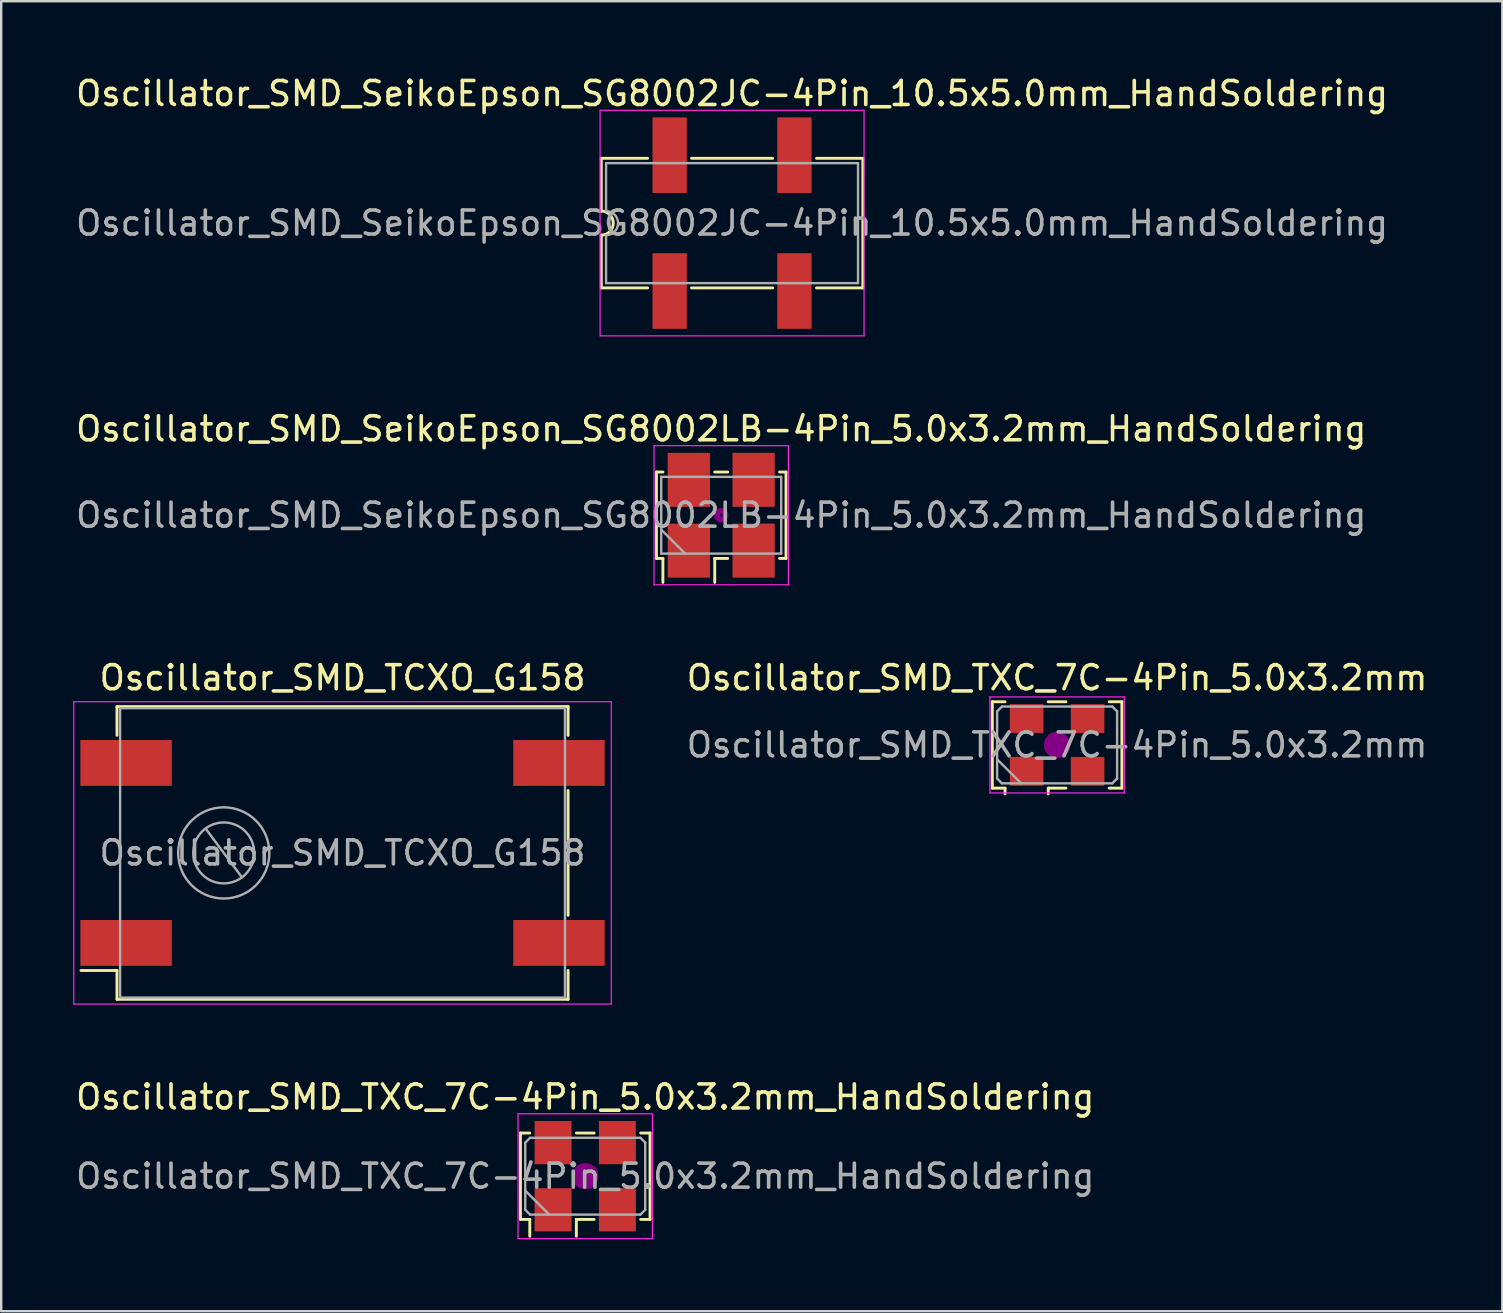
<source format=kicad_pcb>
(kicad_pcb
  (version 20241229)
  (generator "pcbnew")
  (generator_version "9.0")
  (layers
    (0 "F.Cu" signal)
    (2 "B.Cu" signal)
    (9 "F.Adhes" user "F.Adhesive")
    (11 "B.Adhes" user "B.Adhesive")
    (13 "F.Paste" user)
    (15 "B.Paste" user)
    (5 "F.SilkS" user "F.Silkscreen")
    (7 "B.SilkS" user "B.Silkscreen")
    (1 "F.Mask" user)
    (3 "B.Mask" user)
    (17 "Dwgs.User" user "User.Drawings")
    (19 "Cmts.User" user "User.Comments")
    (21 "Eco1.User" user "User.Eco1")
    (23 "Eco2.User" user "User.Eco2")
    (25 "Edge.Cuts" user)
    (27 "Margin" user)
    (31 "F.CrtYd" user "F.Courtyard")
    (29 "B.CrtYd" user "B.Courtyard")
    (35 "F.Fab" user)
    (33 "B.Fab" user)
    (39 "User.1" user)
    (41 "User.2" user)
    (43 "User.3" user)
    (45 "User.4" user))
  (footprint "Oscillator_SMD_TCXO_G158"
    (layer "F.Cu")
    (at 11.225 32.495)
    (property "Reference" "Oscillator_SMD_TCXO_G158" (at 0 -7.3 0) (layer "F.SilkS") (effects (font (size 1 1) (thickness 0.15))))
    (attr smd)
    (fp_line (start -10.9 4.9) (end -9.4 4.9) (stroke (width 0.12) (type solid)) (layer "F.SilkS"))
    (fp_line (start -9.4 -6.1) (end -9.4 -4.9) (stroke (width 0.12) (type solid)) (layer "F.SilkS"))
    (fp_line (start -9.4 4.9) (end -9.4 6.1) (stroke (width 0.12) (type solid)) (layer "F.SilkS"))
    (fp_line (start -9.4 6.1) (end 9.4 6.1) (stroke (width 0.12) (type solid)) (layer "F.SilkS"))
    (fp_line (start 9.4 -6.1) (end -9.4 -6.1) (stroke (width 0.12) (type solid)) (layer "F.SilkS"))
    (fp_line (start 9.4 -4.9) (end 9.4 -6.1) (stroke (width 0.12) (type solid)) (layer "F.SilkS"))
    (fp_line (start 9.4 2.6) (end 9.4 -2.6) (stroke (width 0.12) (type solid)) (layer "F.SilkS"))
    (fp_line (start 9.4 6.1) (end 9.4 4.9) (stroke (width 0.12) (type solid)) (layer "F.SilkS"))
    (fp_line (start -11.2 -6.3) (end -11.2 6.3) (stroke (width 0.05) (type solid)) (layer "F.CrtYd"))
    (fp_line (start -11.2 6.3) (end 11.2 6.3) (stroke (width 0.05) (type solid)) (layer "F.CrtYd"))
    (fp_line (start 11.2 -6.3) (end -11.2 -6.3) (stroke (width 0.05) (type solid)) (layer "F.CrtYd"))
    (fp_line (start 11.2 6.3) (end 11.2 -6.3) (stroke (width 0.05) (type solid)) (layer "F.CrtYd"))
    (fp_line (start -9.27 -6.03) (end 9.27 -6.03) (stroke (width 0.1) (type solid)) (layer "F.Fab"))
    (fp_line (start -9.27 5.97) (end -9.27 -5.97) (stroke (width 0.1) (type solid)) (layer "F.Fab"))
    (fp_line (start -5.71 -1.02) (end -4.19 1.02) (stroke (width 0.1) (type solid)) (layer "F.Fab"))
    (fp_line (start 9.27 -5.97) (end 9.27 5.97) (stroke (width 0.1) (type solid)) (layer "F.Fab"))
    (fp_line (start 9.27 6.03) (end -9.27 6.03) (stroke (width 0.1) (type solid)) (layer "F.Fab"))
    (fp_circle (center -4.95 0) (end -3.68 0) (stroke (width 0.1) (type solid)) (fill no) (layer "F.Fab"))
    (fp_circle (center -4.95 0) (end -3.05 0) (stroke (width 0.1) (type solid)) (fill no) (layer "F.Fab"))
    (fp_text user "${REFERENCE}" (at 0 0 0) (layer "F.Fab") (effects (font (size 1 1) (thickness 0.15))))
    (pad "1" smd rect (at -9.02 3.75) (size 3.81 1.91) (layers "F.Cu" "F.Mask" "F.Paste"))
    (pad "2" smd rect (at 9.02 3.75) (size 3.81 1.91) (layers "F.Cu" "F.Mask" "F.Paste"))
    (pad "3" smd rect (at 9.02 -3.75) (size 3.81 1.91) (layers "F.Cu" "F.Mask" "F.Paste"))
    (pad "4" smd rect (at -9.02 -3.75) (size 3.81 1.91) (layers "F.Cu" "F.Mask" "F.Paste")))
  (footprint "Oscillator_SMD_TXC_7C-4Pin_5.0x3.2mm"
    (layer "F.Cu")
    (at 41.004 27.995)
    (property "Reference" "Oscillator_SMD_TXC_7C-4Pin_5.0x3.2mm" (at 0 -2.8 0) (layer "F.SilkS") (effects (font (size 1 1) (thickness 0.15))))
    (attr smd)
    (fp_line (start -2.7 -1.8) (end -2.17 -1.8) (stroke (width 0.12) (type solid)) (layer "F.SilkS"))
    (fp_line (start -2.7 1.8) (end -2.7 -1.8) (stroke (width 0.12) (type solid)) (layer "F.SilkS"))
    (fp_line (start -2.17 1.8) (end -2.7 1.8) (stroke (width 0.12) (type solid)) (layer "F.SilkS"))
    (fp_line (start -2.17 2.04) (end -2.17 1.8) (stroke (width 0.12) (type solid)) (layer "F.SilkS"))
    (fp_line (start -0.37 -1.8) (end 0.37 -1.8) (stroke (width 0.12) (type solid)) (layer "F.SilkS"))
    (fp_line (start -0.37 1.8) (end -0.37 2.04) (stroke (width 0.12) (type solid)) (layer "F.SilkS"))
    (fp_line (start 0.37 1.8) (end -0.37 1.8) (stroke (width 0.12) (type solid)) (layer "F.SilkS"))
    (fp_line (start 2.17 -1.8) (end 2.7 -1.8) (stroke (width 0.12) (type solid)) (layer "F.SilkS"))
    (fp_line (start 2.7 -1.8) (end 2.7 1.8) (stroke (width 0.12) (type solid)) (layer "F.SilkS"))
    (fp_line (start 2.7 1.8) (end 2.17 1.8) (stroke (width 0.12) (type solid)) (layer "F.SilkS"))
    (fp_circle (center 0 0) (end 0.117 0) (stroke (width 0.233) (type solid)) (fill no) (layer "F.Adhes"))
    (fp_circle (center 0 0) (end 0.267 0) (stroke (width 0.167) (type solid)) (fill no) (layer "F.Adhes"))
    (fp_circle (center 0 0) (end 0.417 0) (stroke (width 0.167) (type solid)) (fill no) (layer "F.Adhes"))
    (fp_circle (center 0 0) (end 0.5 0) (stroke (width 0.1) (type solid)) (fill no) (layer "F.Adhes"))
    (fp_line (start -2.8 -2) (end -2.8 2) (stroke (width 0.05) (type solid)) (layer "F.CrtYd"))
    (fp_line (start -2.8 2) (end 2.8 2) (stroke (width 0.05) (type solid)) (layer "F.CrtYd"))
    (fp_line (start 2.8 -2) (end -2.8 -2) (stroke (width 0.05) (type solid)) (layer "F.CrtYd"))
    (fp_line (start 2.8 2) (end 2.8 -2) (stroke (width 0.05) (type solid)) (layer "F.CrtYd"))
    (fp_line (start -2.5 -1.4) (end -2.3 -1.6) (stroke (width 0.1) (type solid)) (layer "F.Fab"))
    (fp_line (start -2.5 0.6) (end -1.5 1.6) (stroke (width 0.1) (type solid)) (layer "F.Fab"))
    (fp_line (start -2.5 1.4) (end -2.5 -1.4) (stroke (width 0.1) (type solid)) (layer "F.Fab"))
    (fp_line (start -2.3 -1.6) (end 2.3 -1.6) (stroke (width 0.1) (type solid)) (layer "F.Fab"))
    (fp_line (start -2.3 1.6) (end -2.5 1.4) (stroke (width 0.1) (type solid)) (layer "F.Fab"))
    (fp_line (start 2.3 -1.6) (end 2.5 -1.4) (stroke (width 0.1) (type solid)) (layer "F.Fab"))
    (fp_line (start 2.3 1.6) (end -2.3 1.6) (stroke (width 0.1) (type solid)) (layer "F.Fab"))
    (fp_line (start 2.5 -1.4) (end 2.5 1.4) (stroke (width 0.1) (type solid)) (layer "F.Fab"))
    (fp_line (start 2.5 1.4) (end 2.3 1.6) (stroke (width 0.1) (type solid)) (layer "F.Fab"))
    (fp_text user "${REFERENCE}" (at 0 0 0) (layer "F.Fab") (effects (font (size 1 1) (thickness 0.15))))
    (pad "1" smd rect (at -1.27 1.1) (size 1.4 1.2) (layers "F.Cu" "F.Mask" "F.Paste"))
    (pad "2" smd rect (at 1.27 1.1) (size 1.4 1.2) (layers "F.Cu" "F.Mask" "F.Paste"))
    (pad "3" smd rect (at 1.27 -1.1) (size 1.4 1.2) (layers "F.Cu" "F.Mask" "F.Paste"))
    (pad "4" smd rect (at -1.27 -1.1) (size 1.4 1.2) (layers "F.Cu" "F.Mask" "F.Paste")))
  (footprint "Oscillator_SMD_SeikoEpson_SG8002LB-4Pin_5.0x3.2mm_HandSoldering"
    (layer "F.Cu")
    (at 27.006 18.422)
    (property "Reference" "Oscillator_SMD_SeikoEpson_SG8002LB-4Pin_5.0x3.2mm_HandSoldering" (at 0 -3.6 0) (layer "F.SilkS") (effects (font (size 1 1) (thickness 0.15))))
    (attr smd)
    (fp_line (start -2.7 -1.8) (end -2.43 -1.8) (stroke (width 0.12) (type solid)) (layer "F.SilkS"))
    (fp_line (start -2.7 1.8) (end -2.7 -1.8) (stroke (width 0.12) (type solid)) (layer "F.SilkS"))
    (fp_line (start -2.43 1.8) (end -2.7 1.8) (stroke (width 0.12) (type solid)) (layer "F.SilkS"))
    (fp_line (start -2.43 2.8) (end -2.43 1.8) (stroke (width 0.12) (type solid)) (layer "F.SilkS"))
    (fp_line (start -0.27 -1.8) (end 0.27 -1.8) (stroke (width 0.12) (type solid)) (layer "F.SilkS"))
    (fp_line (start -0.27 1.8) (end -0.27 2.8) (stroke (width 0.12) (type solid)) (layer "F.SilkS"))
    (fp_line (start 0.27 1.8) (end -0.27 1.8) (stroke (width 0.12) (type solid)) (layer "F.SilkS"))
    (fp_line (start 2.43 -1.8) (end 2.7 -1.8) (stroke (width 0.12) (type solid)) (layer "F.SilkS"))
    (fp_line (start 2.7 -1.8) (end 2.7 1.8) (stroke (width 0.12) (type solid)) (layer "F.SilkS"))
    (fp_line (start 2.7 1.8) (end 2.43 1.8) (stroke (width 0.12) (type solid)) (layer "F.SilkS"))
    (fp_circle (center 0 0) (end 0.058 0) (stroke (width 0.117) (type solid)) (fill no) (layer "F.Adhes"))
    (fp_circle (center 0 0) (end 0.133 0) (stroke (width 0.083) (type solid)) (fill no) (layer "F.Adhes"))
    (fp_circle (center 0 0) (end 0.208 0) (stroke (width 0.083) (type solid)) (fill no) (layer "F.Adhes"))
    (fp_circle (center 0 0) (end 0.25 0) (stroke (width 0.1) (type solid)) (fill no) (layer "F.Adhes"))
    (fp_line (start -2.8 -2.9) (end -2.8 2.9) (stroke (width 0.05) (type solid)) (layer "F.CrtYd"))
    (fp_line (start -2.8 2.9) (end 2.8 2.9) (stroke (width 0.05) (type solid)) (layer "F.CrtYd"))
    (fp_line (start 2.8 -2.9) (end -2.8 -2.9) (stroke (width 0.05) (type solid)) (layer "F.CrtYd"))
    (fp_line (start 2.8 2.9) (end 2.8 -2.9) (stroke (width 0.05) (type solid)) (layer "F.CrtYd"))
    (fp_line (start -2.5 -1.6) (end -2.5 1.6) (stroke (width 0.1) (type solid)) (layer "F.Fab"))
    (fp_line (start -2.5 0.6) (end -1.5 1.6) (stroke (width 0.1) (type solid)) (layer "F.Fab"))
    (fp_line (start -2.5 1.6) (end 2.5 1.6) (stroke (width 0.1) (type solid)) (layer "F.Fab"))
    (fp_line (start 2.5 -1.6) (end -2.5 -1.6) (stroke (width 0.1) (type solid)) (layer "F.Fab"))
    (fp_line (start 2.5 1.6) (end 2.5 -1.6) (stroke (width 0.1) (type solid)) (layer "F.Fab"))
    (fp_text user "${REFERENCE}" (at 0 0 0) (layer "F.Fab") (effects (font (size 1 1) (thickness 0.15))))
    (pad "1" smd rect (at -1.35 1.475) (size 1.76 2.25) (layers "F.Cu" "F.Mask" "F.Paste"))
    (pad "2" smd rect (at 1.35 1.475) (size 1.76 2.25) (layers "F.Cu" "F.Mask" "F.Paste"))
    (pad "3" smd rect (at 1.35 -1.475) (size 1.76 2.25) (layers "F.Cu" "F.Mask" "F.Paste"))
    (pad "4" smd rect (at -1.35 -1.475) (size 1.76 2.25) (layers "F.Cu" "F.Mask" "F.Paste")))
  (footprint "Oscillator_SMD_TXC_7C-4Pin_5.0x3.2mm_HandSoldering"
    (layer "F.Cu")
    (at 21.339 45.968)
    (property "Reference" "Oscillator_SMD_TXC_7C-4Pin_5.0x3.2mm_HandSoldering" (at 0 -3.3 0) (layer "F.SilkS") (effects (font (size 1 1) (thickness 0.15))))
    (attr smd)
    (fp_line (start -2.7 -1.8) (end -2.31 -1.8) (stroke (width 0.12) (type solid)) (layer "F.SilkS"))
    (fp_line (start -2.7 1.8) (end -2.7 -1.8) (stroke (width 0.12) (type solid)) (layer "F.SilkS"))
    (fp_line (start -2.31 1.8) (end -2.7 1.8) (stroke (width 0.12) (type solid)) (layer "F.SilkS"))
    (fp_line (start -2.31 2.5) (end -2.31 1.8) (stroke (width 0.12) (type solid)) (layer "F.SilkS"))
    (fp_line (start -0.37 -1.8) (end 0.37 -1.8) (stroke (width 0.12) (type solid)) (layer "F.SilkS"))
    (fp_line (start -0.37 1.8) (end -0.37 2.5) (stroke (width 0.12) (type solid)) (layer "F.SilkS"))
    (fp_line (start 0.37 1.8) (end -0.37 1.8) (stroke (width 0.12) (type solid)) (layer "F.SilkS"))
    (fp_line (start 2.31 -1.8) (end 2.7 -1.8) (stroke (width 0.12) (type solid)) (layer "F.SilkS"))
    (fp_line (start 2.7 -1.8) (end 2.7 1.8) (stroke (width 0.12) (type solid)) (layer "F.SilkS"))
    (fp_line (start 2.7 1.8) (end 2.31 1.8) (stroke (width 0.12) (type solid)) (layer "F.SilkS"))
    (fp_circle (center 0 0) (end 0.117 0) (stroke (width 0.233) (type solid)) (fill no) (layer "F.Adhes"))
    (fp_circle (center 0 0) (end 0.267 0) (stroke (width 0.167) (type solid)) (fill no) (layer "F.Adhes"))
    (fp_circle (center 0 0) (end 0.417 0) (stroke (width 0.167) (type solid)) (fill no) (layer "F.Adhes"))
    (fp_circle (center 0 0) (end 0.5 0) (stroke (width 0.1) (type solid)) (fill no) (layer "F.Adhes"))
    (fp_line (start -2.8 -2.6) (end -2.8 2.6) (stroke (width 0.05) (type solid)) (layer "F.CrtYd"))
    (fp_line (start -2.8 2.6) (end 2.8 2.6) (stroke (width 0.05) (type solid)) (layer "F.CrtYd"))
    (fp_line (start 2.8 -2.6) (end -2.8 -2.6) (stroke (width 0.05) (type solid)) (layer "F.CrtYd"))
    (fp_line (start 2.8 2.6) (end 2.8 -2.6) (stroke (width 0.05) (type solid)) (layer "F.CrtYd"))
    (fp_line (start -2.5 -1.4) (end -2.3 -1.6) (stroke (width 0.1) (type solid)) (layer "F.Fab"))
    (fp_line (start -2.5 0.6) (end -1.5 1.6) (stroke (width 0.1) (type solid)) (layer "F.Fab"))
    (fp_line (start -2.5 1.4) (end -2.5 -1.4) (stroke (width 0.1) (type solid)) (layer "F.Fab"))
    (fp_line (start -2.3 -1.6) (end 2.3 -1.6) (stroke (width 0.1) (type solid)) (layer "F.Fab"))
    (fp_line (start -2.3 1.6) (end -2.5 1.4) (stroke (width 0.1) (type solid)) (layer "F.Fab"))
    (fp_line (start 2.3 -1.6) (end 2.5 -1.4) (stroke (width 0.1) (type solid)) (layer "F.Fab"))
    (fp_line (start 2.3 1.6) (end -2.3 1.6) (stroke (width 0.1) (type solid)) (layer "F.Fab"))
    (fp_line (start 2.5 -1.4) (end 2.5 1.4) (stroke (width 0.1) (type solid)) (layer "F.Fab"))
    (fp_line (start 2.5 1.4) (end 2.3 1.6) (stroke (width 0.1) (type solid)) (layer "F.Fab"))
    (fp_text user "${REFERENCE}" (at 0 0 0) (layer "F.Fab") (effects (font (size 1 1) (thickness 0.15))))
    (pad "1" smd rect (at -1.34 1.4) (size 1.54 1.8) (layers "F.Cu" "F.Mask" "F.Paste"))
    (pad "2" smd rect (at 1.34 1.4) (size 1.54 1.8) (layers "F.Cu" "F.Mask" "F.Paste"))
    (pad "3" smd rect (at 1.34 -1.4) (size 1.54 1.8) (layers "F.Cu" "F.Mask" "F.Paste"))
    (pad "4" smd rect (at -1.34 -1.4) (size 1.54 1.8) (layers "F.Cu" "F.Mask" "F.Paste")))
  (footprint "Oscillator_SMD_SeikoEpson_SG8002JC-4Pin_10.5x5.0mm_HandSoldering"
    (layer "F.Cu")
    (at 27.458 6.248)
    (property "Reference" "Oscillator_SMD_SeikoEpson_SG8002JC-4Pin_10.5x5.0mm_HandSoldering" (at 0 -5.4 0) (layer "F.SilkS") (effects (font (size 1 1) (thickness 0.15))))
    (attr smd)
    (fp_line (start -5.45 -2.7) (end -3.52 -2.7) (stroke (width 0.12) (type solid)) (layer "F.SilkS"))
    (fp_line (start -5.45 -0.5) (end -5.45 -2.7) (stroke (width 0.12) (type solid)) (layer "F.SilkS"))
    (fp_line (start -5.45 2.7) (end -5.45 0.5) (stroke (width 0.12) (type solid)) (layer "F.SilkS"))
    (fp_line (start -5.45 2.7) (end -3.52 2.7) (stroke (width 0.12) (type solid)) (layer "F.SilkS"))
    (fp_line (start -1.69 -2.7) (end 1.69 -2.7) (stroke (width 0.12) (type solid)) (layer "F.SilkS"))
    (fp_line (start 1.69 2.7) (end -1.69 2.7) (stroke (width 0.12) (type solid)) (layer "F.SilkS"))
    (fp_line (start 3.52 -2.7) (end 5.45 -2.7) (stroke (width 0.12) (type solid)) (layer "F.SilkS"))
    (fp_line (start 5.45 -2.7) (end 5.45 2.7) (stroke (width 0.12) (type solid)) (layer "F.SilkS"))
    (fp_line (start 5.45 2.7) (end 3.52 2.7) (stroke (width 0.12) (type solid)) (layer "F.SilkS"))
    (fp_arc (start -5.45 -0.5) (mid -4.95 0) (end -5.45 0.5) (stroke (width 0.12) (type solid)) (layer "F.SilkS"))
    (fp_line (start -5.5 -4.7) (end -5.5 4.7) (stroke (width 0.05) (type solid)) (layer "F.CrtYd"))
    (fp_line (start -5.5 4.7) (end 5.5 4.7) (stroke (width 0.05) (type solid)) (layer "F.CrtYd"))
    (fp_line (start 5.5 -4.7) (end -5.5 -4.7) (stroke (width 0.05) (type solid)) (layer "F.CrtYd"))
    (fp_line (start 5.5 4.7) (end 5.5 -4.7) (stroke (width 0.05) (type solid)) (layer "F.CrtYd"))
    (fp_line (start -5.25 -2.5) (end 5.25 -2.5) (stroke (width 0.1) (type solid)) (layer "F.Fab"))
    (fp_line (start -5.25 -0.5) (end -5.25 -2.5) (stroke (width 0.1) (type solid)) (layer "F.Fab"))
    (fp_line (start -5.25 2.5) (end -5.25 0.5) (stroke (width 0.1) (type solid)) (layer "F.Fab"))
    (fp_line (start 5.25 -2.5) (end 5.25 2.5) (stroke (width 0.1) (type solid)) (layer "F.Fab"))
    (fp_line (start 5.25 2.5) (end -5.25 2.5) (stroke (width 0.1) (type solid)) (layer "F.Fab"))
    (fp_arc (start -5.25 -0.5) (mid -4.75 0) (end -5.25 0.5) (stroke (width 0.1) (type solid)) (layer "F.Fab"))
    (fp_text user "${REFERENCE}" (at 0 0 0) (layer "F.Fab") (effects (font (size 1 1) (thickness 0.15))))
    (pad "1" smd rect (at -2.6 2.83) (size 1.43 3.15) (layers "F.Cu" "F.Mask" "F.Paste"))
    (pad "2" smd rect (at 2.6 2.83) (size 1.43 3.15) (layers "F.Cu" "F.Mask" "F.Paste"))
    (pad "3" smd rect (at 2.6 -2.83) (size 1.43 3.15) (layers "F.Cu" "F.Mask" "F.Paste"))
    (pad "4" smd rect (at -2.6 -2.83) (size 1.43 3.15) (layers "F.Cu" "F.Mask" "F.Paste")))
  (gr_rect
    (start -3 -3)
    (end 59.557 51.593)
    (stroke (width 0.1) (type default))
    (fill no)
    (layer "Edge.Cuts")))
</source>
